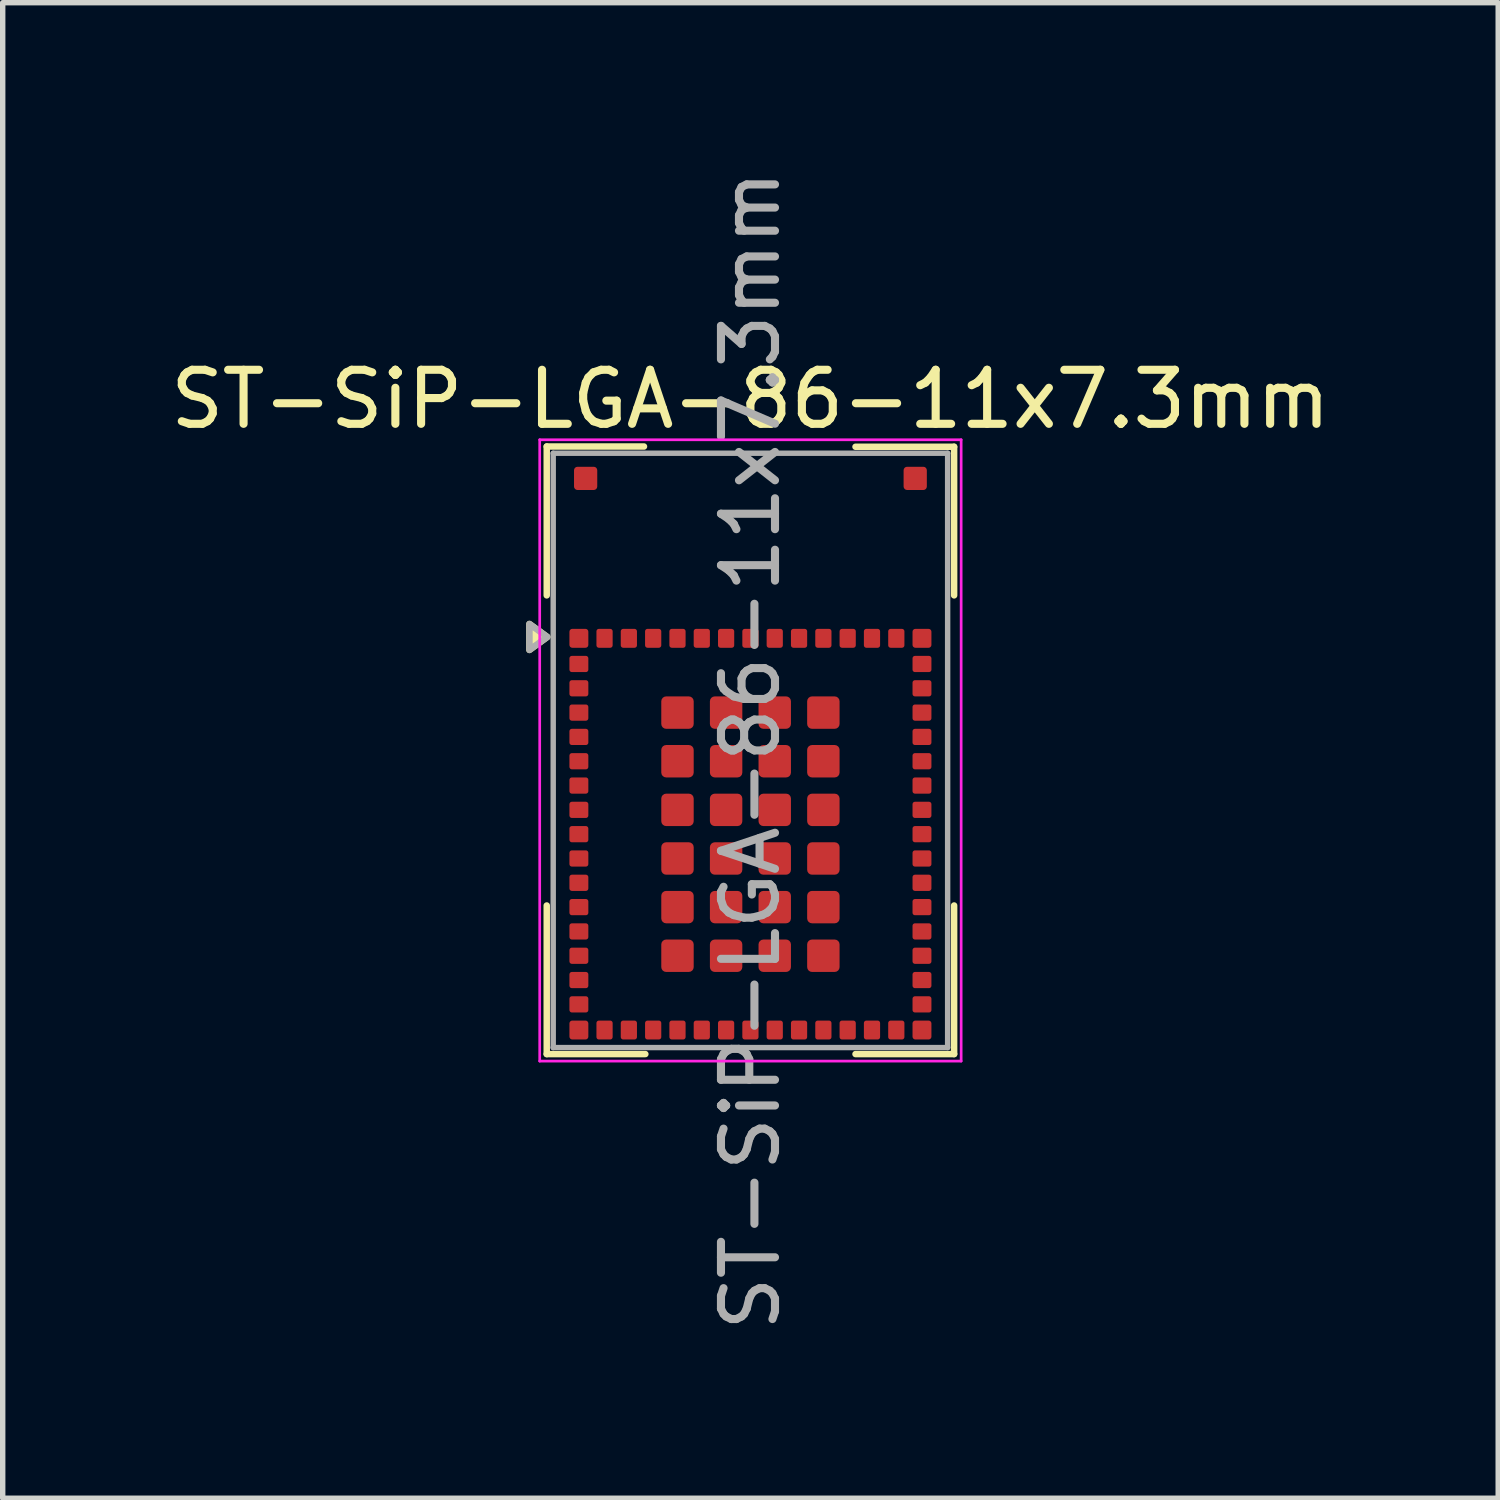
<source format=kicad_pcb>
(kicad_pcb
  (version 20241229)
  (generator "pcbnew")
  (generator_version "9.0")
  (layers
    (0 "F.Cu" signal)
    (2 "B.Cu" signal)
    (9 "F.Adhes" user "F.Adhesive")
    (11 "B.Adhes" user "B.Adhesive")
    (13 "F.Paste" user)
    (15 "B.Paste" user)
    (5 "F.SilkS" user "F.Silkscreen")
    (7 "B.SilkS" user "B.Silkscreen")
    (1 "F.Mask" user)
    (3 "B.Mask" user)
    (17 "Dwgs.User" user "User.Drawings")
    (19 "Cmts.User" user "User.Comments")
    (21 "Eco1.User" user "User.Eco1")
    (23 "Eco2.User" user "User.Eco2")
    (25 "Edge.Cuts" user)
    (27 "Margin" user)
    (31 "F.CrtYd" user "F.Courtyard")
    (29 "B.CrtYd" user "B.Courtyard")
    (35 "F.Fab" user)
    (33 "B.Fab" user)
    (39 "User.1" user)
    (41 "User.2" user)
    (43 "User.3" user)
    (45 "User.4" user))
  (footprint "ST-SiP-LGA-86-11x7.3mm"
    (layer "F.Cu")
    (at 10.839 10.839)
    (property "Reference" "ST-SiP-LGA-86-11x7.3mm" (at 0 -6.5 0) (layer "F.SilkS") (effects (font (size 1 1) (thickness 0.15))))
    (attr smd)
    (fp_line (start -3.77 -5.625) (end -3.77 -2.87) (stroke (width 0.12) (type solid)) (layer "F.SilkS"))
    (fp_line (start -3.77 5.62) (end -3.77 2.87) (stroke (width 0.12) (type solid)) (layer "F.SilkS"))
    (fp_line (start -1.97 -5.625) (end -3.77 -5.625) (stroke (width 0.12) (type solid)) (layer "F.SilkS"))
    (fp_line (start -1.945 5.62) (end -3.77 5.62) (stroke (width 0.12) (type solid)) (layer "F.SilkS"))
    (fp_line (start 1.945 -5.62) (end 3.77 -5.62) (stroke (width 0.12) (type solid)) (layer "F.SilkS"))
    (fp_line (start 1.945 5.62) (end 3.77 5.62) (stroke (width 0.12) (type solid)) (layer "F.SilkS"))
    (fp_line (start 3.77 -5.62) (end 3.77 -2.87) (stroke (width 0.12) (type solid)) (layer "F.SilkS"))
    (fp_line (start 3.77 5.62) (end 3.77 2.87) (stroke (width 0.12) (type solid)) (layer "F.SilkS"))
    (fp_poly (pts (xy -3.76 -2.1) (xy -4.09 -1.86) (xy -4.09 -2.34) (xy -3.76 -2.1)) (stroke (width 0.12) (type solid)) (fill yes) (layer "F.SilkS"))
    (fp_line (start -3.9 -5.75) (end 3.9 -5.75) (stroke (width 0.05) (type solid)) (layer "F.CrtYd"))
    (fp_line (start -3.9 5.75) (end -3.9 -5.75) (stroke (width 0.05) (type solid)) (layer "F.CrtYd"))
    (fp_line (start 3.9 -5.75) (end 3.9 5.75) (stroke (width 0.05) (type solid)) (layer "F.CrtYd"))
    (fp_line (start 3.9 5.75) (end -3.9 5.75) (stroke (width 0.05) (type solid)) (layer "F.CrtYd"))
    (fp_line (start -3.65 -5.5) (end -3.65 5.5) (stroke (width 0.1) (type solid)) (layer "F.Fab"))
    (fp_line (start -3.65 -5.5) (end 3.65 -5.5) (stroke (width 0.1) (type solid)) (layer "F.Fab"))
    (fp_line (start -3.65 5.5) (end 3.65 5.5) (stroke (width 0.1) (type solid)) (layer "F.Fab"))
    (fp_line (start 3.65 5.5) (end 3.65 -5.5) (stroke (width 0.1) (type solid)) (layer "F.Fab"))
    (fp_poly (pts (xy -3.76 -2.1) (xy -4.09 -1.86) (xy -4.09 -2.34) (xy -3.76 -2.1)) (stroke (width 0.12) (type solid)) (fill no) (layer "F.Fab"))
    (fp_text user "${REFERENCE}" (at 0 0 270) (layer "F.Fab") (effects (font (size 1 1) (thickness 0.15))))
    (pad "1" smd roundrect (at -3.175 -2.075) (size 0.35 0.35) (layers "F.Cu" "F.Mask" "F.Paste") (roundrect_rratio 0.15))
    (pad "2" smd roundrect (at -3.175 -1.6) (size 0.35 0.3) (layers "F.Cu" "F.Mask" "F.Paste") (roundrect_rratio 0.15))
    (pad "3" smd roundrect (at -3.175 -1.15) (size 0.35 0.3) (layers "F.Cu" "F.Mask" "F.Paste") (roundrect_rratio 0.15))
    (pad "4" smd roundrect (at -3.175 -0.7) (size 0.35 0.3) (layers "F.Cu" "F.Mask" "F.Paste") (roundrect_rratio 0.15))
    (pad "5" smd roundrect (at -3.175 -0.25) (size 0.35 0.3) (layers "F.Cu" "F.Mask" "F.Paste") (roundrect_rratio 0.15))
    (pad "6" smd roundrect (at -3.175 0.2) (size 0.35 0.3) (layers "F.Cu" "F.Mask" "F.Paste") (roundrect_rratio 0.15))
    (pad "7" smd roundrect (at -3.175 0.65) (size 0.35 0.3) (layers "F.Cu" "F.Mask" "F.Paste") (roundrect_rratio 0.15))
    (pad "8" smd roundrect (at -3.175 1.1) (size 0.35 0.3) (layers "F.Cu" "F.Mask" "F.Paste") (roundrect_rratio 0.15))
    (pad "9" smd roundrect (at -3.175 1.55) (size 0.35 0.3) (layers "F.Cu" "F.Mask" "F.Paste") (roundrect_rratio 0.15))
    (pad "10" smd roundrect (at -3.175 2) (size 0.35 0.3) (layers "F.Cu" "F.Mask" "F.Paste") (roundrect_rratio 0.15))
    (pad "11" smd roundrect (at -3.175 2.45) (size 0.35 0.3) (layers "F.Cu" "F.Mask" "F.Paste") (roundrect_rratio 0.15))
    (pad "12" smd roundrect (at -3.175 2.9) (size 0.35 0.3) (layers "F.Cu" "F.Mask" "F.Paste") (roundrect_rratio 0.15))
    (pad "13" smd roundrect (at -3.175 3.35) (size 0.35 0.3) (layers "F.Cu" "F.Mask" "F.Paste") (roundrect_rratio 0.15))
    (pad "14" smd roundrect (at -3.175 3.8) (size 0.35 0.3) (layers "F.Cu" "F.Mask" "F.Paste") (roundrect_rratio 0.15))
    (pad "15" smd roundrect (at -3.175 4.25) (size 0.35 0.3) (layers "F.Cu" "F.Mask" "F.Paste") (roundrect_rratio 0.15))
    (pad "16" smd roundrect (at -3.175 4.7) (size 0.35 0.3) (layers "F.Cu" "F.Mask" "F.Paste") (roundrect_rratio 0.15))
    (pad "17" smd roundrect (at -3.175 5.175) (size 0.35 0.35) (layers "F.Cu" "F.Mask" "F.Paste") (roundrect_rratio 0.15))
    (pad "18" smd roundrect (at -2.7 5.175) (size 0.3 0.35) (layers "F.Cu" "F.Mask" "F.Paste") (roundrect_rratio 0.15))
    (pad "19" smd roundrect (at -2.25 5.175) (size 0.3 0.35) (layers "F.Cu" "F.Mask" "F.Paste") (roundrect_rratio 0.15))
    (pad "20" smd roundrect (at -1.8 5.175) (size 0.3 0.35) (layers "F.Cu" "F.Mask" "F.Paste") (roundrect_rratio 0.15))
    (pad "21" smd roundrect (at -1.35 5.175) (size 0.3 0.35) (layers "F.Cu" "F.Mask" "F.Paste") (roundrect_rratio 0.15))
    (pad "22" smd roundrect (at -0.9 5.175) (size 0.3 0.35) (layers "F.Cu" "F.Mask" "F.Paste") (roundrect_rratio 0.15))
    (pad "23" smd roundrect (at -0.45 5.175) (size 0.3 0.35) (layers "F.Cu" "F.Mask" "F.Paste") (roundrect_rratio 0.15))
    (pad "24" smd roundrect (at 0 5.175) (size 0.3 0.35) (layers "F.Cu" "F.Mask" "F.Paste") (roundrect_rratio 0.15))
    (pad "25" smd roundrect (at 0.45 5.175) (size 0.3 0.35) (layers "F.Cu" "F.Mask" "F.Paste") (roundrect_rratio 0.15))
    (pad "26" smd roundrect (at 0.9 5.175) (size 0.3 0.35) (layers "F.Cu" "F.Mask" "F.Paste") (roundrect_rratio 0.15))
    (pad "27" smd roundrect (at 1.35 5.175) (size 0.3 0.35) (layers "F.Cu" "F.Mask" "F.Paste") (roundrect_rratio 0.15))
    (pad "28" smd roundrect (at 1.8 5.175) (size 0.3 0.35) (layers "F.Cu" "F.Mask" "F.Paste") (roundrect_rratio 0.15))
    (pad "29" smd roundrect (at 2.25 5.175) (size 0.3 0.35) (layers "F.Cu" "F.Mask" "F.Paste") (roundrect_rratio 0.15))
    (pad "30" smd roundrect (at 2.7 5.175) (size 0.3 0.35) (layers "F.Cu" "F.Mask" "F.Paste") (roundrect_rratio 0.15))
    (pad "31" smd roundrect (at 3.175 5.175) (size 0.35 0.35) (layers "F.Cu" "F.Mask" "F.Paste") (roundrect_rratio 0.15))
    (pad "32" smd roundrect (at 3.175 4.7) (size 0.35 0.3) (layers "F.Cu" "F.Mask" "F.Paste") (roundrect_rratio 0.15))
    (pad "33" smd roundrect (at 3.175 4.25) (size 0.35 0.3) (layers "F.Cu" "F.Mask" "F.Paste") (roundrect_rratio 0.15))
    (pad "34" smd roundrect (at 3.175 3.8) (size 0.35 0.3) (layers "F.Cu" "F.Mask" "F.Paste") (roundrect_rratio 0.15))
    (pad "35" smd roundrect (at 3.175 3.35) (size 0.35 0.3) (layers "F.Cu" "F.Mask" "F.Paste") (roundrect_rratio 0.15))
    (pad "36" smd roundrect (at 3.175 2.9) (size 0.35 0.3) (layers "F.Cu" "F.Mask" "F.Paste") (roundrect_rratio 0.15))
    (pad "37" smd roundrect (at 3.175 2.45) (size 0.35 0.3) (layers "F.Cu" "F.Mask" "F.Paste") (roundrect_rratio 0.15))
    (pad "38" smd roundrect (at 3.175 2) (size 0.35 0.3) (layers "F.Cu" "F.Mask" "F.Paste") (roundrect_rratio 0.15))
    (pad "39" smd roundrect (at 3.175 1.55) (size 0.35 0.3) (layers "F.Cu" "F.Mask" "F.Paste") (roundrect_rratio 0.15))
    (pad "40" smd roundrect (at 3.175 1.1) (size 0.35 0.3) (layers "F.Cu" "F.Mask" "F.Paste") (roundrect_rratio 0.15))
    (pad "41" smd roundrect (at 3.175 0.65) (size 0.35 0.3) (layers "F.Cu" "F.Mask" "F.Paste") (roundrect_rratio 0.15))
    (pad "42" smd roundrect (at 3.175 0.2) (size 0.35 0.3) (layers "F.Cu" "F.Mask" "F.Paste") (roundrect_rratio 0.15))
    (pad "43" smd roundrect (at 3.175 -0.25) (size 0.35 0.3) (layers "F.Cu" "F.Mask" "F.Paste") (roundrect_rratio 0.15))
    (pad "44" smd roundrect (at 3.175 -0.7) (size 0.35 0.3) (layers "F.Cu" "F.Mask" "F.Paste") (roundrect_rratio 0.15))
    (pad "45" smd roundrect (at 3.175 -1.15) (size 0.35 0.3) (layers "F.Cu" "F.Mask" "F.Paste") (roundrect_rratio 0.15))
    (pad "46" smd roundrect (at 3.175 -1.6) (size 0.35 0.3) (layers "F.Cu" "F.Mask" "F.Paste") (roundrect_rratio 0.15))
    (pad "47" smd roundrect (at 3.175 -2.075) (size 0.35 0.35) (layers "F.Cu" "F.Mask" "F.Paste") (roundrect_rratio 0.15))
    (pad "48" smd roundrect (at 2.7 -2.075) (size 0.3 0.35) (layers "F.Cu" "F.Mask" "F.Paste") (roundrect_rratio 0.15))
    (pad "49" smd roundrect (at 2.25 -2.075) (size 0.3 0.35) (layers "F.Cu" "F.Mask" "F.Paste") (roundrect_rratio 0.15))
    (pad "50" smd roundrect (at 1.8 -2.075) (size 0.3 0.35) (layers "F.Cu" "F.Mask" "F.Paste") (roundrect_rratio 0.15))
    (pad "51" smd roundrect (at 1.35 -2.075) (size 0.3 0.35) (layers "F.Cu" "F.Mask" "F.Paste") (roundrect_rratio 0.15))
    (pad "52" smd roundrect (at 0.9 -2.075) (size 0.3 0.35) (layers "F.Cu" "F.Mask" "F.Paste") (roundrect_rratio 0.15))
    (pad "53" smd roundrect (at 0.45 -2.075) (size 0.3 0.35) (layers "F.Cu" "F.Mask" "F.Paste") (roundrect_rratio 0.15))
    (pad "54" smd roundrect (at 0 -2.075) (size 0.3 0.35) (layers "F.Cu" "F.Mask" "F.Paste") (roundrect_rratio 0.15))
    (pad "55" smd roundrect (at -0.45 -2.075) (size 0.3 0.35) (layers "F.Cu" "F.Mask" "F.Paste") (roundrect_rratio 0.15))
    (pad "56" smd roundrect (at -0.9 -2.075) (size 0.3 0.35) (layers "F.Cu" "F.Mask" "F.Paste") (roundrect_rratio 0.15))
    (pad "57" smd roundrect (at -1.35 -2.075) (size 0.3 0.35) (layers "F.Cu" "F.Mask" "F.Paste") (roundrect_rratio 0.15))
    (pad "58" smd roundrect (at -1.8 -2.075) (size 0.3 0.35) (layers "F.Cu" "F.Mask" "F.Paste") (roundrect_rratio 0.15))
    (pad "59" smd roundrect (at -2.25 -2.075) (size 0.3 0.35) (layers "F.Cu" "F.Mask" "F.Paste") (roundrect_rratio 0.15))
    (pad "60" smd roundrect (at -2.7 -2.075) (size 0.3 0.35) (layers "F.Cu" "F.Mask" "F.Paste") (roundrect_rratio 0.15))
    (pad "61" smd roundrect (at -1.35 -0.7) (size 0.6 0.6) (layers "F.Cu" "F.Mask" "F.Paste") (roundrect_rratio 0.15))
    (pad "62" smd roundrect (at -1.35 0.2) (size 0.6 0.6) (layers "F.Cu" "F.Mask" "F.Paste") (roundrect_rratio 0.15))
    (pad "63" smd roundrect (at -1.35 1.1) (size 0.6 0.6) (layers "F.Cu" "F.Mask" "F.Paste") (roundrect_rratio 0.15))
    (pad "64" smd roundrect (at -1.35 2) (size 0.6 0.6) (layers "F.Cu" "F.Mask" "F.Paste") (roundrect_rratio 0.15))
    (pad "65" smd roundrect (at -1.35 2.9) (size 0.6 0.6) (layers "F.Cu" "F.Mask" "F.Paste") (roundrect_rratio 0.15))
    (pad "66" smd roundrect (at -1.35 3.8) (size 0.6 0.6) (layers "F.Cu" "F.Mask" "F.Paste") (roundrect_rratio 0.15))
    (pad "67" smd roundrect (at -0.45 3.8) (size 0.6 0.6) (layers "F.Cu" "F.Mask" "F.Paste") (roundrect_rratio 0.15))
    (pad "68" smd roundrect (at 0.45 3.8) (size 0.6 0.6) (layers "F.Cu" "F.Mask" "F.Paste") (roundrect_rratio 0.15))
    (pad "69" smd roundrect (at 1.35 3.8) (size 0.6 0.6) (layers "F.Cu" "F.Mask" "F.Paste") (roundrect_rratio 0.15))
    (pad "70" smd roundrect (at 1.35 2.9) (size 0.6 0.6) (layers "F.Cu" "F.Mask" "F.Paste") (roundrect_rratio 0.15))
    (pad "71" smd roundrect (at 1.35 2) (size 0.6 0.6) (layers "F.Cu" "F.Mask" "F.Paste") (roundrect_rratio 0.15))
    (pad "72" smd roundrect (at 1.35 1.1) (size 0.6 0.6) (layers "F.Cu" "F.Mask" "F.Paste") (roundrect_rratio 0.15))
    (pad "73" smd roundrect (at 1.35 0.2) (size 0.6 0.6) (layers "F.Cu" "F.Mask" "F.Paste") (roundrect_rratio 0.15))
    (pad "74" smd roundrect (at 1.35 -0.7) (size 0.6 0.6) (layers "F.Cu" "F.Mask" "F.Paste") (roundrect_rratio 0.15))
    (pad "75" smd roundrect (at 0.45 -0.7) (size 0.6 0.6) (layers "F.Cu" "F.Mask" "F.Paste") (roundrect_rratio 0.15))
    (pad "76" smd roundrect (at -0.45 -0.7) (size 0.6 0.6) (layers "F.Cu" "F.Mask" "F.Paste") (roundrect_rratio 0.15))
    (pad "77" smd roundrect (at -0.45 0.2) (size 0.6 0.6) (layers "F.Cu" "F.Mask" "F.Paste") (roundrect_rratio 0.15))
    (pad "78" smd roundrect (at -0.45 1.1) (size 0.6 0.6) (layers "F.Cu" "F.Mask" "F.Paste") (roundrect_rratio 0.15))
    (pad "79" smd roundrect (at -0.45 2) (size 0.6 0.6) (layers "F.Cu" "F.Mask" "F.Paste") (roundrect_rratio 0.15))
    (pad "80" smd roundrect (at -0.45 2.9) (size 0.6 0.6) (layers "F.Cu" "F.Mask" "F.Paste") (roundrect_rratio 0.15))
    (pad "81" smd roundrect (at 0.45 2.9) (size 0.6 0.6) (layers "F.Cu" "F.Mask" "F.Paste") (roundrect_rratio 0.15))
    (pad "82" smd roundrect (at 0.45 2) (size 0.6 0.6) (layers "F.Cu" "F.Mask" "F.Paste") (roundrect_rratio 0.15))
    (pad "83" smd roundrect (at 0.45 1.1) (size 0.6 0.6) (layers "F.Cu" "F.Mask" "F.Paste") (roundrect_rratio 0.15))
    (pad "84" smd roundrect (at 0.45 0.2) (size 0.6 0.6) (layers "F.Cu" "F.Mask" "F.Paste") (roundrect_rratio 0.15))
    (pad "85" smd roundrect (at -3.05 -5.035) (size 0.43 0.43) (layers "F.Cu" "F.Mask" "F.Paste") (roundrect_rratio 0.15))
    (pad "86" smd roundrect (at 3.05 -5.035) (size 0.43 0.43) (layers "F.Cu" "F.Mask" "F.Paste") (roundrect_rratio 0.15))
    (zone (net_name "") (layers "F.Cu" "B.Cu") (hatch full 0.508) (connect_pads) (min_thickness 0.254) (filled_areas_thickness no) (keepout (tracks not_allowed) (vias not_allowed) (pads allowed) (copperpour not_allowed) (footprints not_allowed)) (placement (enabled no)) (fill) (polygon (pts (xy 13.489 7.839) (xy 5.889 7.839) (xy 5.889 4.339) (xy 13.489 4.339)))))
  (gr_rect
    (start -3 -3)
    (end 24.679 24.679)
    (stroke (width 0.1) (type default))
    (fill no)
    (layer "Edge.Cuts")))
</source>
